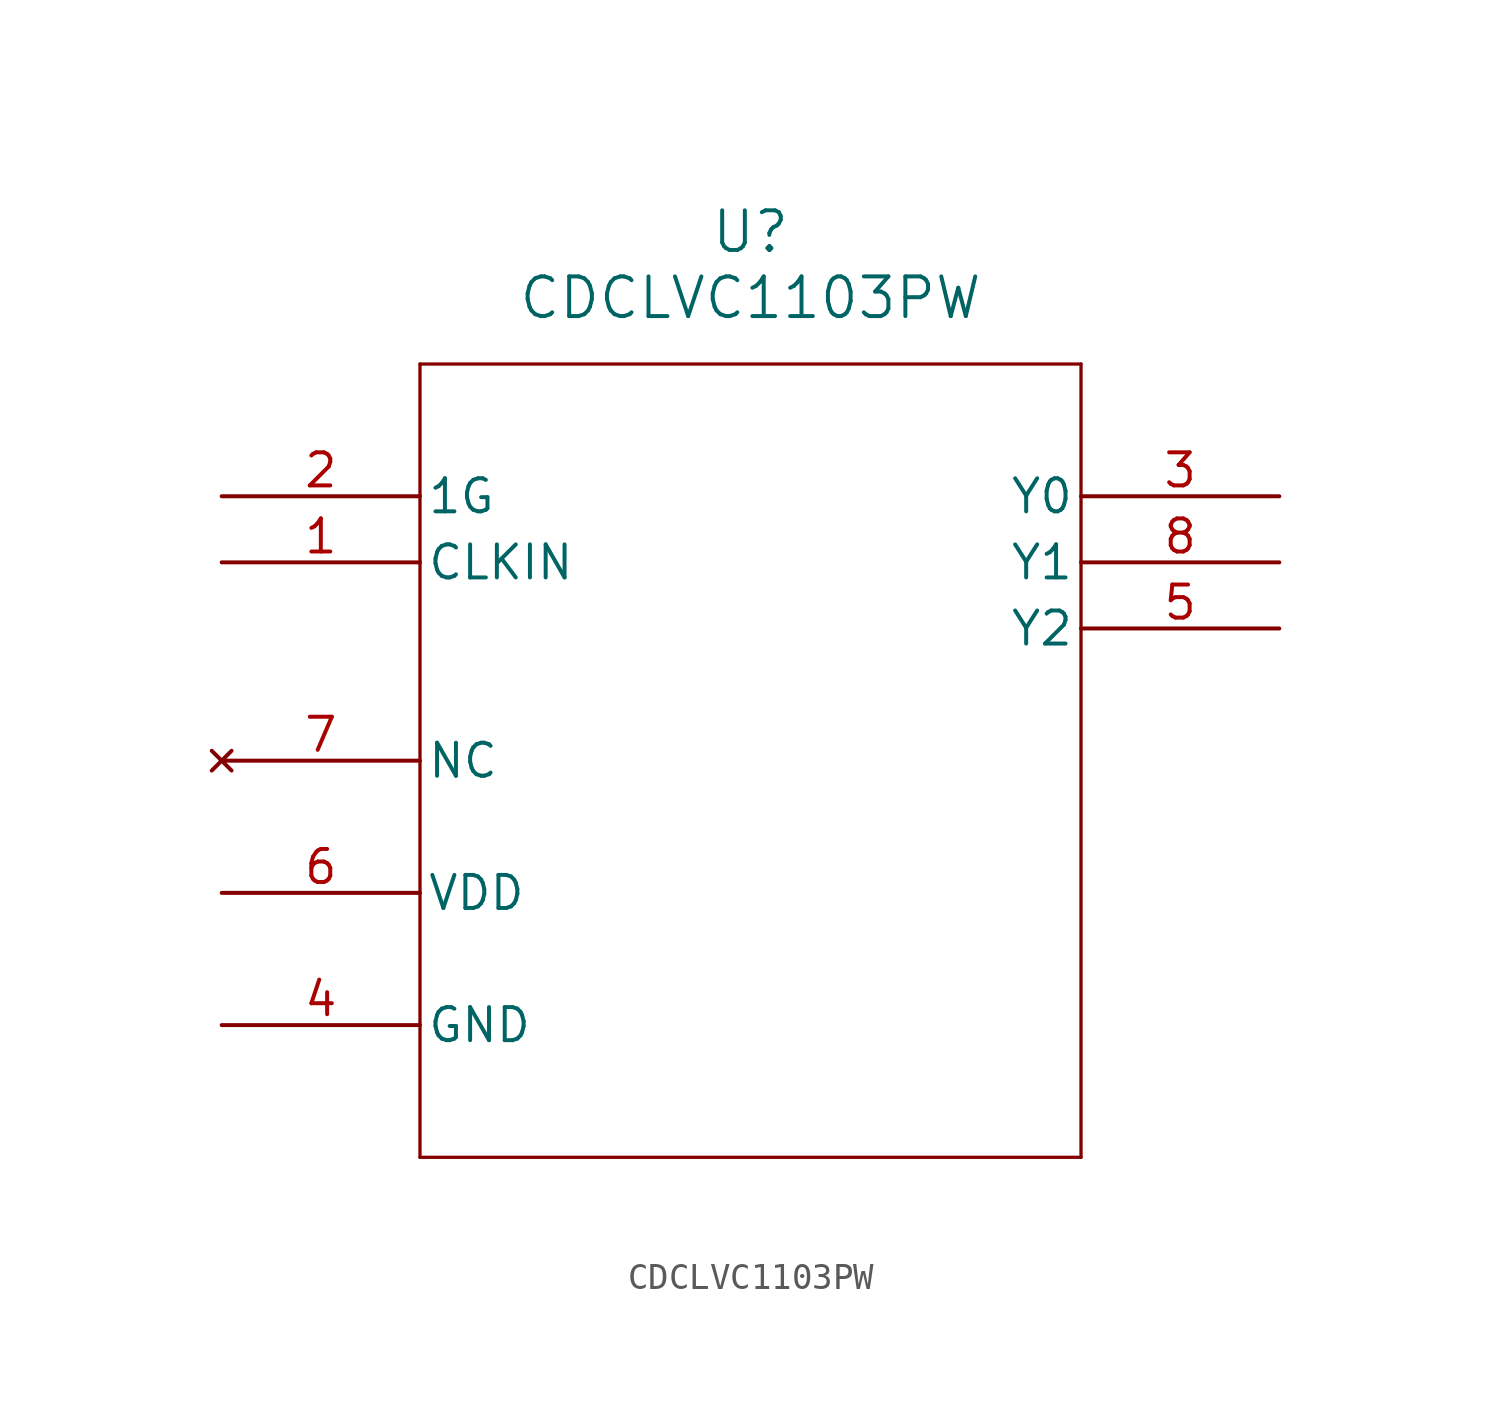
<source format=kicad_sym>
(kicad_symbol_lib
  (version 20211014)
  (generator kicad_symbol_editor)
  (symbol "CDCLVC1103PW"
    (pin_names
      (offset 0.254))
    (property "Reference" "U"
      (at 20.32 10.16 0)
      (effects (font (size 1.524 1.524))))
    (property "Value" "CDCLVC1103PW"
      (at 20.32 7.62 0)
      (effects (font (size 1.524 1.524))))
    (symbol "CDCLVC1103PW_0_1"
      (polyline (pts (xy 7.62 5.08) (xy 7.62 -25.4)) (stroke (width 0.127) (type default) (color 0 0 0 0)) (fill (type none)))
      (polyline (pts (xy 7.62 -25.4) (xy 33.02 -25.4)) (stroke (width 0.127) (type default) (color 0 0 0 0)) (fill (type none)))
      (polyline (pts (xy 33.02 -25.4) (xy 33.02 5.08)) (stroke (width 0.127) (type default) (color 0 0 0 0)) (fill (type none)))
      (polyline (pts (xy 33.02 5.08) (xy 7.62 5.08)) (stroke (width 0.127) (type default) (color 0 0 0 0)) (fill (type none)))
      (pin input line (at 0 -2.54 0) (length 7.62) (name "CLKIN" (effects (font (size 1.27 1.27)))) (number "1" (effects (font (size 1.27 1.27)))))
      (pin input line (at 0 0 0) (length 7.62) (name "1G" (effects (font (size 1.27 1.27)))) (number "2" (effects (font (size 1.27 1.27)))))
      (pin output line (at 40.64 0 180) (length 7.62) (name "Y0" (effects (font (size 1.27 1.27)))) (number "3" (effects (font (size 1.27 1.27)))))
      (pin power_in line (at 0 -20.32 0) (length 7.62) (name "GND" (effects (font (size 1.27 1.27)))) (number "4" (effects (font (size 1.27 1.27)))))
      (pin output line (at 40.64 -5.08 180) (length 7.62) (name "Y2" (effects (font (size 1.27 1.27)))) (number "5" (effects (font (size 1.27 1.27)))))
      (pin power_in line (at 0 -15.24 0) (length 7.62) (name "VDD" (effects (font (size 1.27 1.27)))) (number "6" (effects (font (size 1.27 1.27)))))
      (pin no_connect line (at 0 -10.16 0) (length 7.62) (name "NC" (effects (font (size 1.27 1.27)))) (number "7" (effects (font (size 1.27 1.27)))))
      (pin output line (at 40.64 -2.54 180) (length 7.62) (name "Y1" (effects (font (size 1.27 1.27)))) (number "8" (effects (font (size 1.27 1.27))))))))
</source>
